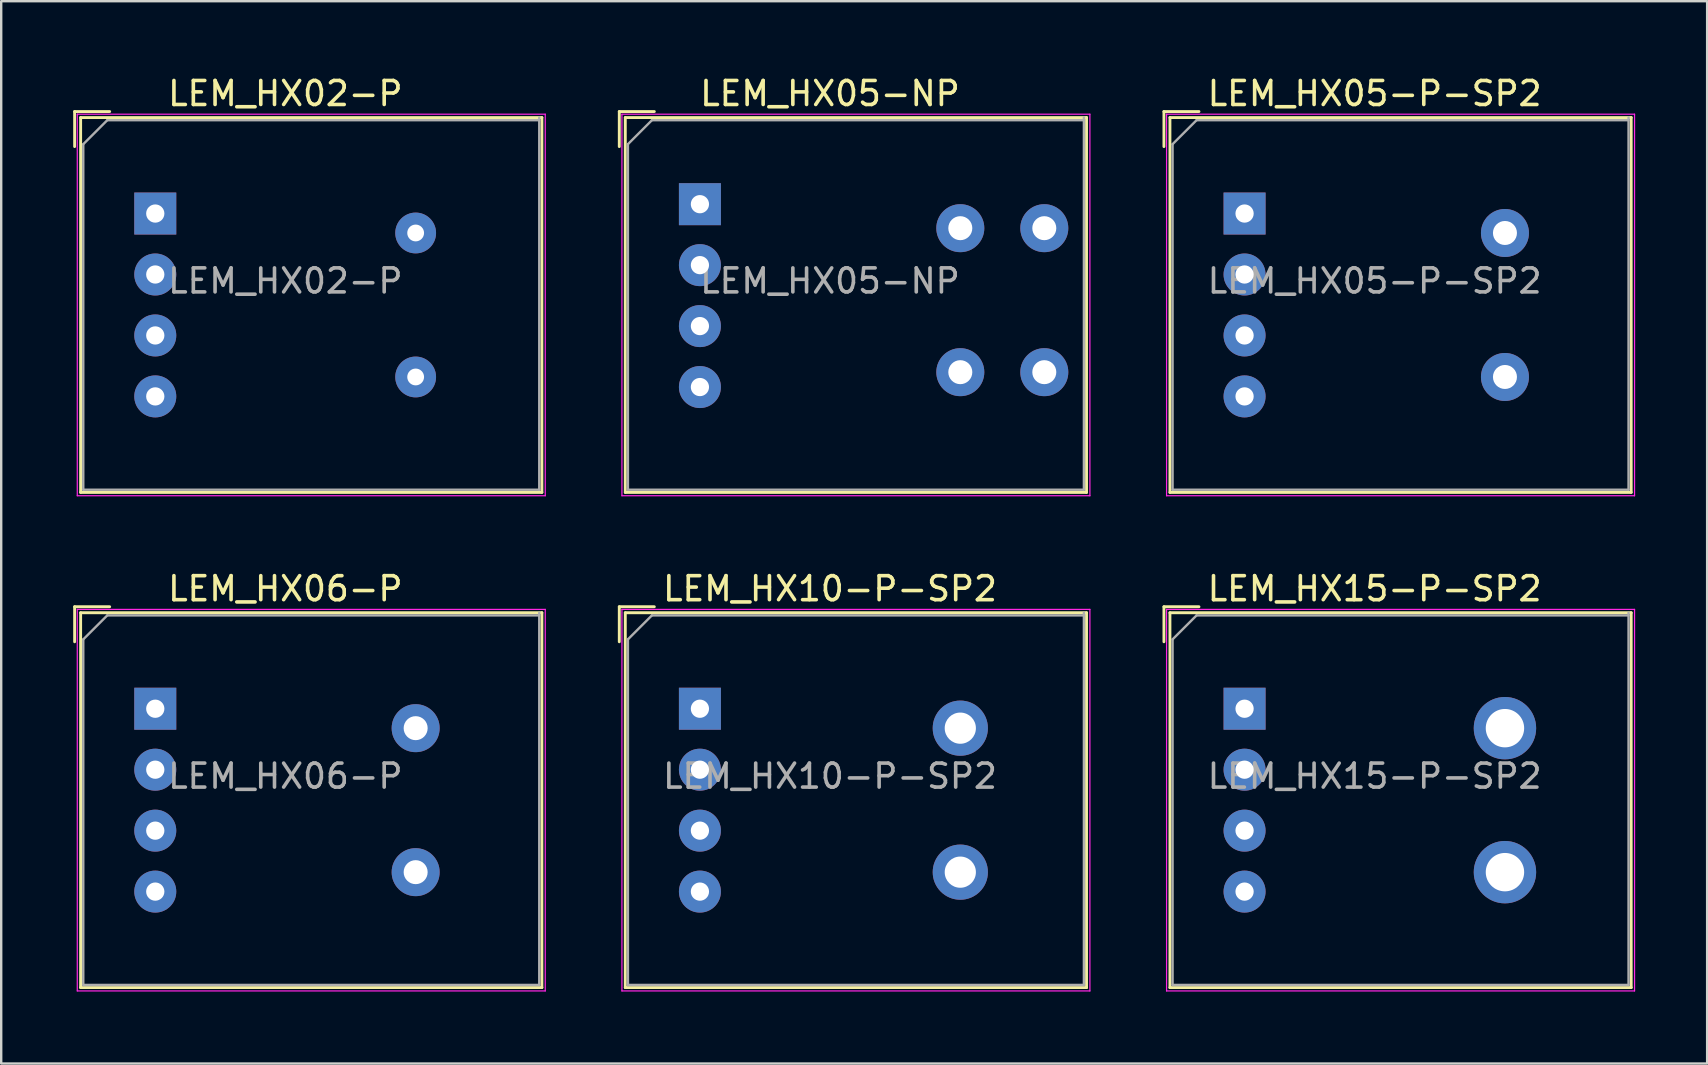
<source format=kicad_pcb>
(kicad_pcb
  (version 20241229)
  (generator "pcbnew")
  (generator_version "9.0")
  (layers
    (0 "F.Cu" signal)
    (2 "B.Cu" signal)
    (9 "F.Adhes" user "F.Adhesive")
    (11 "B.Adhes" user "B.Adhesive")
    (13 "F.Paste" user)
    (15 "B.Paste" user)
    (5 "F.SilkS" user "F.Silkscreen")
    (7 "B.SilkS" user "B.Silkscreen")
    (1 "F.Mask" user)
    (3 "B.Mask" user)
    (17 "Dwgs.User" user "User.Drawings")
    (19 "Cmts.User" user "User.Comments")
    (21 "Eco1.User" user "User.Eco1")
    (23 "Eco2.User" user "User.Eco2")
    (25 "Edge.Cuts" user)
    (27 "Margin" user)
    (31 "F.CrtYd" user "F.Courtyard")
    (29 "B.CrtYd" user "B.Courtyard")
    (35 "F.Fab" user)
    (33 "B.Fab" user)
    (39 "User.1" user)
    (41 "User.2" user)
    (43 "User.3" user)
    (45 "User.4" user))
  (footprint "LEM_HX05-NP"
    (layer "F.Cu")
    (at 26.115 5.458)
    (property "Reference" "LEM_HX05-NP" (at 5.42 -4.61 0) (layer "F.SilkS") (effects (font (size 1 1) (thickness 0.15))))
    (attr through_hole)
    (fp_line (start -3.36 -2.4) (end -3.36 -3.86) (stroke (width 0.12) (type solid)) (layer "F.SilkS"))
    (fp_line (start -3.11 -3.61) (end -3.11 12.01) (stroke (width 0.12) (type solid)) (layer "F.SilkS"))
    (fp_line (start -3.11 12.01) (end 16.11 12.01) (stroke (width 0.12) (type solid)) (layer "F.SilkS"))
    (fp_line (start -1.9 -3.86) (end -3.36 -3.86) (stroke (width 0.12) (type solid)) (layer "F.SilkS"))
    (fp_line (start 16.11 -3.61) (end -3.11 -3.61) (stroke (width 0.12) (type solid)) (layer "F.SilkS"))
    (fp_line (start 16.11 12.01) (end 16.11 -3.61) (stroke (width 0.12) (type solid)) (layer "F.SilkS"))
    (fp_line (start -3.25 -3.75) (end -3.25 12.15) (stroke (width 0.05) (type solid)) (layer "F.CrtYd"))
    (fp_line (start -3.25 12.15) (end 16.25 12.15) (stroke (width 0.05) (type solid)) (layer "F.CrtYd"))
    (fp_line (start 16.25 -3.75) (end -3.25 -3.75) (stroke (width 0.05) (type solid)) (layer "F.CrtYd"))
    (fp_line (start 16.25 12.15) (end 16.25 -3.75) (stroke (width 0.05) (type solid)) (layer "F.CrtYd"))
    (fp_line (start -3 -2.5) (end -3 11.9) (stroke (width 0.1) (type solid)) (layer "F.Fab"))
    (fp_line (start -3 11.9) (end 16 11.9) (stroke (width 0.1) (type solid)) (layer "F.Fab"))
    (fp_line (start -2 -3.5) (end -3 -2.5) (stroke (width 0.1) (type solid)) (layer "F.Fab"))
    (fp_line (start 16 -3.5) (end -2 -3.5) (stroke (width 0.1) (type solid)) (layer "F.Fab"))
    (fp_line (start 16 11.9) (end 16 -3.61) (stroke (width 0.1) (type solid)) (layer "F.Fab"))
    (fp_text user "${REFERENCE}" (at 5.42 3.2 0) (layer "F.Fab") (effects (font (size 1 1) (thickness 0.15))))
    (pad "1" thru_hole rect (at 0 0) (size 1.75 1.75) (drill 0.76) (layers "*.Cu" "*.Mask"))
    (pad "2" thru_hole circle (at 0 2.54) (size 1.75 1.75) (drill 0.76) (layers "*.Cu" "*.Mask"))
    (pad "3" thru_hole circle (at 0 5.08) (size 1.75 1.75) (drill 0.76) (layers "*.Cu" "*.Mask"))
    (pad "4" thru_hole circle (at 0 7.62) (size 1.75 1.75) (drill 0.76) (layers "*.Cu" "*.Mask"))
    (pad "5" thru_hole circle (at 10.85 1) (size 2 2) (drill 1) (layers "*.Cu" "*.Mask"))
    (pad "6" thru_hole circle (at 10.85 7) (size 2 2) (drill 1) (layers "*.Cu" "*.Mask"))
    (pad "7" thru_hole circle (at 14.35 1) (size 2 2) (drill 1) (layers "*.Cu" "*.Mask"))
    (pad "8" thru_hole circle (at 14.35 7) (size 2 2) (drill 1) (layers "*.Cu" "*.Mask")))
  (footprint "LEM_HX06-P"
    (layer "F.Cu")
    (at 3.42 26.482)
    (property "Reference" "LEM_HX06-P" (at 5.42 -5 0) (layer "F.SilkS") (effects (font (size 1 1) (thickness 0.15))))
    (attr through_hole)
    (fp_line (start -3.36 -2.79) (end -3.36 -4.25) (stroke (width 0.12) (type solid)) (layer "F.SilkS"))
    (fp_line (start -3.11 -4) (end -3.11 11.62) (stroke (width 0.12) (type solid)) (layer "F.SilkS"))
    (fp_line (start -3.11 11.62) (end 16.11 11.62) (stroke (width 0.12) (type solid)) (layer "F.SilkS"))
    (fp_line (start -1.9 -4.25) (end -3.36 -4.25) (stroke (width 0.12) (type solid)) (layer "F.SilkS"))
    (fp_line (start 16.11 -4) (end -3.11 -4) (stroke (width 0.12) (type solid)) (layer "F.SilkS"))
    (fp_line (start 16.11 11.62) (end 16.11 -4) (stroke (width 0.12) (type solid)) (layer "F.SilkS"))
    (fp_line (start -3.25 -4.14) (end -3.25 11.76) (stroke (width 0.05) (type solid)) (layer "F.CrtYd"))
    (fp_line (start -3.25 11.76) (end 16.25 11.76) (stroke (width 0.05) (type solid)) (layer "F.CrtYd"))
    (fp_line (start 16.25 -4.14) (end -3.25 -4.14) (stroke (width 0.05) (type solid)) (layer "F.CrtYd"))
    (fp_line (start 16.25 11.76) (end 16.25 -4.14) (stroke (width 0.05) (type solid)) (layer "F.CrtYd"))
    (fp_line (start -3 -2.89) (end -3 11.51) (stroke (width 0.1) (type solid)) (layer "F.Fab"))
    (fp_line (start -3 11.51) (end 16 11.51) (stroke (width 0.1) (type solid)) (layer "F.Fab"))
    (fp_line (start -2 -3.89) (end -3 -2.89) (stroke (width 0.1) (type solid)) (layer "F.Fab"))
    (fp_line (start 16 -3.89) (end -2 -3.89) (stroke (width 0.1) (type solid)) (layer "F.Fab"))
    (fp_line (start 16 11.51) (end 16 -4) (stroke (width 0.1) (type solid)) (layer "F.Fab"))
    (fp_text user "${REFERENCE}" (at 5.42 2.81 0) (layer "F.Fab") (effects (font (size 1 1) (thickness 0.15))))
    (pad "1" thru_hole rect (at 0 0) (size 1.75 1.75) (drill 0.76) (layers "*.Cu" "*.Mask"))
    (pad "2" thru_hole circle (at 0 2.54) (size 1.75 1.75) (drill 0.76) (layers "*.Cu" "*.Mask"))
    (pad "3" thru_hole circle (at 0 5.08) (size 1.75 1.75) (drill 0.76) (layers "*.Cu" "*.Mask"))
    (pad "4" thru_hole circle (at 0 7.62) (size 1.75 1.75) (drill 0.76) (layers "*.Cu" "*.Mask"))
    (pad "5" thru_hole circle (at 10.85 0.81) (size 2 2) (drill 1) (layers "*.Cu" "*.Mask"))
    (pad "6" thru_hole circle (at 10.85 6.81) (size 2 2) (drill 1) (layers "*.Cu" "*.Mask")))
  (footprint "LEM_HX10-P-SP2"
    (layer "F.Cu")
    (at 26.115 26.482)
    (property "Reference" "LEM_HX10-P-SP2" (at 5.42 -5 0) (layer "F.SilkS") (effects (font (size 1 1) (thickness 0.15))))
    (attr through_hole)
    (fp_line (start -3.36 -2.79) (end -3.36 -4.25) (stroke (width 0.12) (type solid)) (layer "F.SilkS"))
    (fp_line (start -3.11 -4) (end -3.11 11.62) (stroke (width 0.12) (type solid)) (layer "F.SilkS"))
    (fp_line (start -3.11 11.62) (end 16.11 11.62) (stroke (width 0.12) (type solid)) (layer "F.SilkS"))
    (fp_line (start -1.9 -4.25) (end -3.36 -4.25) (stroke (width 0.12) (type solid)) (layer "F.SilkS"))
    (fp_line (start 16.11 -4) (end -3.11 -4) (stroke (width 0.12) (type solid)) (layer "F.SilkS"))
    (fp_line (start 16.11 11.62) (end 16.11 -4) (stroke (width 0.12) (type solid)) (layer "F.SilkS"))
    (fp_line (start -3.25 -4.14) (end -3.25 11.76) (stroke (width 0.05) (type solid)) (layer "F.CrtYd"))
    (fp_line (start -3.25 11.76) (end 16.25 11.76) (stroke (width 0.05) (type solid)) (layer "F.CrtYd"))
    (fp_line (start 16.25 -4.14) (end -3.25 -4.14) (stroke (width 0.05) (type solid)) (layer "F.CrtYd"))
    (fp_line (start 16.25 11.76) (end 16.25 -4.14) (stroke (width 0.05) (type solid)) (layer "F.CrtYd"))
    (fp_line (start -3 -2.89) (end -3 11.51) (stroke (width 0.1) (type solid)) (layer "F.Fab"))
    (fp_line (start -3 11.51) (end 16 11.51) (stroke (width 0.1) (type solid)) (layer "F.Fab"))
    (fp_line (start -2 -3.89) (end -3 -2.89) (stroke (width 0.1) (type solid)) (layer "F.Fab"))
    (fp_line (start 16 -3.89) (end -2 -3.89) (stroke (width 0.1) (type solid)) (layer "F.Fab"))
    (fp_line (start 16 11.51) (end 16 -4) (stroke (width 0.1) (type solid)) (layer "F.Fab"))
    (fp_text user "${REFERENCE}" (at 5.42 2.81 0) (layer "F.Fab") (effects (font (size 1 1) (thickness 0.15))))
    (pad "1" thru_hole rect (at 0 0) (size 1.75 1.75) (drill 0.76) (layers "*.Cu" "*.Mask"))
    (pad "2" thru_hole circle (at 0 2.54) (size 1.75 1.75) (drill 0.76) (layers "*.Cu" "*.Mask"))
    (pad "3" thru_hole circle (at 0 5.08) (size 1.75 1.75) (drill 0.76) (layers "*.Cu" "*.Mask"))
    (pad "4" thru_hole circle (at 0 7.62) (size 1.75 1.75) (drill 0.76) (layers "*.Cu" "*.Mask"))
    (pad "5" thru_hole circle (at 10.85 0.81) (size 2.3 2.3) (drill 1.3) (layers "*.Cu" "*.Mask"))
    (pad "6" thru_hole circle (at 10.85 6.81) (size 2.3 2.3) (drill 1.3) (layers "*.Cu" "*.Mask")))
  (footprint "LEM_HX02-P"
    (layer "F.Cu")
    (at 3.42 5.848)
    (property "Reference" "LEM_HX02-P" (at 5.42 -5 0) (layer "F.SilkS") (effects (font (size 1 1) (thickness 0.15))))
    (attr through_hole)
    (fp_line (start -3.36 -2.79) (end -3.36 -4.25) (stroke (width 0.12) (type solid)) (layer "F.SilkS"))
    (fp_line (start -3.11 -4) (end -3.11 11.62) (stroke (width 0.12) (type solid)) (layer "F.SilkS"))
    (fp_line (start -3.11 11.62) (end 16.11 11.62) (stroke (width 0.12) (type solid)) (layer "F.SilkS"))
    (fp_line (start -1.9 -4.25) (end -3.36 -4.25) (stroke (width 0.12) (type solid)) (layer "F.SilkS"))
    (fp_line (start 16.11 -4) (end -3.11 -4) (stroke (width 0.12) (type solid)) (layer "F.SilkS"))
    (fp_line (start 16.11 11.62) (end 16.11 -4) (stroke (width 0.12) (type solid)) (layer "F.SilkS"))
    (fp_line (start -3.25 -4.14) (end -3.25 11.76) (stroke (width 0.05) (type solid)) (layer "F.CrtYd"))
    (fp_line (start -3.25 11.76) (end 16.25 11.76) (stroke (width 0.05) (type solid)) (layer "F.CrtYd"))
    (fp_line (start 16.25 -4.14) (end -3.25 -4.14) (stroke (width 0.05) (type solid)) (layer "F.CrtYd"))
    (fp_line (start 16.25 11.76) (end 16.25 -4.14) (stroke (width 0.05) (type solid)) (layer "F.CrtYd"))
    (fp_line (start -3 -2.89) (end -3 11.51) (stroke (width 0.1) (type solid)) (layer "F.Fab"))
    (fp_line (start -3 11.51) (end 16 11.51) (stroke (width 0.1) (type solid)) (layer "F.Fab"))
    (fp_line (start -2 -3.89) (end -3 -2.89) (stroke (width 0.1) (type solid)) (layer "F.Fab"))
    (fp_line (start 16 -3.89) (end -2 -3.89) (stroke (width 0.1) (type solid)) (layer "F.Fab"))
    (fp_line (start 16 11.51) (end 16 -4) (stroke (width 0.1) (type solid)) (layer "F.Fab"))
    (fp_text user "${REFERENCE}" (at 5.42 2.81 0) (layer "F.Fab") (effects (font (size 1 1) (thickness 0.15))))
    (pad "1" thru_hole rect (at 0 0) (size 1.75 1.75) (drill 0.76) (layers "*.Cu" "*.Mask"))
    (pad "2" thru_hole circle (at 0 2.54) (size 1.75 1.75) (drill 0.76) (layers "*.Cu" "*.Mask"))
    (pad "3" thru_hole circle (at 0 5.08) (size 1.75 1.75) (drill 0.76) (layers "*.Cu" "*.Mask"))
    (pad "4" thru_hole circle (at 0 7.62) (size 1.75 1.75) (drill 0.76) (layers "*.Cu" "*.Mask"))
    (pad "5" thru_hole circle (at 10.85 0.81) (size 1.7 1.7) (drill 0.7) (layers "*.Cu" "*.Mask"))
    (pad "6" thru_hole circle (at 10.85 6.81) (size 1.7 1.7) (drill 0.7) (layers "*.Cu" "*.Mask")))
  (footprint "LEM_HX05-P-SP2"
    (layer "F.Cu")
    (at 48.81 5.848)
    (property "Reference" "LEM_HX05-P-SP2" (at 5.42 -5 0) (layer "F.SilkS") (effects (font (size 1 1) (thickness 0.15))))
    (attr through_hole)
    (fp_line (start -3.36 -2.79) (end -3.36 -4.25) (stroke (width 0.12) (type solid)) (layer "F.SilkS"))
    (fp_line (start -3.11 -4) (end -3.11 11.62) (stroke (width 0.12) (type solid)) (layer "F.SilkS"))
    (fp_line (start -3.11 11.62) (end 16.11 11.62) (stroke (width 0.12) (type solid)) (layer "F.SilkS"))
    (fp_line (start -1.9 -4.25) (end -3.36 -4.25) (stroke (width 0.12) (type solid)) (layer "F.SilkS"))
    (fp_line (start 16.11 -4) (end -3.11 -4) (stroke (width 0.12) (type solid)) (layer "F.SilkS"))
    (fp_line (start 16.11 11.62) (end 16.11 -4) (stroke (width 0.12) (type solid)) (layer "F.SilkS"))
    (fp_line (start -3.25 -4.14) (end -3.25 11.76) (stroke (width 0.05) (type solid)) (layer "F.CrtYd"))
    (fp_line (start -3.25 11.76) (end 16.25 11.76) (stroke (width 0.05) (type solid)) (layer "F.CrtYd"))
    (fp_line (start 16.25 -4.14) (end -3.25 -4.14) (stroke (width 0.05) (type solid)) (layer "F.CrtYd"))
    (fp_line (start 16.25 11.76) (end 16.25 -4.14) (stroke (width 0.05) (type solid)) (layer "F.CrtYd"))
    (fp_line (start -3 -2.89) (end -3 11.51) (stroke (width 0.1) (type solid)) (layer "F.Fab"))
    (fp_line (start -3 11.51) (end 16 11.51) (stroke (width 0.1) (type solid)) (layer "F.Fab"))
    (fp_line (start -2 -3.89) (end -3 -2.89) (stroke (width 0.1) (type solid)) (layer "F.Fab"))
    (fp_line (start 16 -3.89) (end -2 -3.89) (stroke (width 0.1) (type solid)) (layer "F.Fab"))
    (fp_line (start 16 11.51) (end 16 -4) (stroke (width 0.1) (type solid)) (layer "F.Fab"))
    (fp_text user "${REFERENCE}" (at 5.42 2.81 0) (layer "F.Fab") (effects (font (size 1 1) (thickness 0.15))))
    (pad "1" thru_hole rect (at 0 0) (size 1.75 1.75) (drill 0.76) (layers "*.Cu" "*.Mask"))
    (pad "2" thru_hole circle (at 0 2.54) (size 1.75 1.75) (drill 0.76) (layers "*.Cu" "*.Mask"))
    (pad "3" thru_hole circle (at 0 5.08) (size 1.75 1.75) (drill 0.76) (layers "*.Cu" "*.Mask"))
    (pad "4" thru_hole circle (at 0 7.62) (size 1.75 1.75) (drill 0.76) (layers "*.Cu" "*.Mask"))
    (pad "5" thru_hole circle (at 10.85 0.81) (size 2 2) (drill 1) (layers "*.Cu" "*.Mask"))
    (pad "6" thru_hole circle (at 10.85 6.81) (size 2 2) (drill 1) (layers "*.Cu" "*.Mask")))
  (footprint "LEM_HX15-P-SP2"
    (layer "F.Cu")
    (at 48.81 26.482)
    (property "Reference" "LEM_HX15-P-SP2" (at 5.42 -5 0) (layer "F.SilkS") (effects (font (size 1 1) (thickness 0.15))))
    (attr through_hole)
    (fp_line (start -3.36 -2.79) (end -3.36 -4.25) (stroke (width 0.12) (type solid)) (layer "F.SilkS"))
    (fp_line (start -3.11 -4) (end -3.11 11.62) (stroke (width 0.12) (type solid)) (layer "F.SilkS"))
    (fp_line (start -3.11 11.62) (end 16.11 11.62) (stroke (width 0.12) (type solid)) (layer "F.SilkS"))
    (fp_line (start -1.9 -4.25) (end -3.36 -4.25) (stroke (width 0.12) (type solid)) (layer "F.SilkS"))
    (fp_line (start 16.11 -4) (end -3.11 -4) (stroke (width 0.12) (type solid)) (layer "F.SilkS"))
    (fp_line (start 16.11 11.62) (end 16.11 -4) (stroke (width 0.12) (type solid)) (layer "F.SilkS"))
    (fp_line (start -3.25 -4.14) (end -3.25 11.76) (stroke (width 0.05) (type solid)) (layer "F.CrtYd"))
    (fp_line (start -3.25 11.76) (end 16.25 11.76) (stroke (width 0.05) (type solid)) (layer "F.CrtYd"))
    (fp_line (start 16.25 -4.14) (end -3.25 -4.14) (stroke (width 0.05) (type solid)) (layer "F.CrtYd"))
    (fp_line (start 16.25 11.76) (end 16.25 -4.14) (stroke (width 0.05) (type solid)) (layer "F.CrtYd"))
    (fp_line (start -3 -2.89) (end -3 11.51) (stroke (width 0.1) (type solid)) (layer "F.Fab"))
    (fp_line (start -3 11.51) (end 16 11.51) (stroke (width 0.1) (type solid)) (layer "F.Fab"))
    (fp_line (start -2 -3.89) (end -3 -2.89) (stroke (width 0.1) (type solid)) (layer "F.Fab"))
    (fp_line (start 16 -3.89) (end -2 -3.89) (stroke (width 0.1) (type solid)) (layer "F.Fab"))
    (fp_line (start 16 11.51) (end 16 -4) (stroke (width 0.1) (type solid)) (layer "F.Fab"))
    (fp_text user "${REFERENCE}" (at 5.42 2.81 0) (layer "F.Fab") (effects (font (size 1 1) (thickness 0.15))))
    (pad "1" thru_hole rect (at 0 0) (size 1.75 1.75) (drill 0.76) (layers "*.Cu" "*.Mask"))
    (pad "2" thru_hole circle (at 0 2.54) (size 1.75 1.75) (drill 0.76) (layers "*.Cu" "*.Mask"))
    (pad "3" thru_hole circle (at 0 5.08) (size 1.75 1.75) (drill 0.76) (layers "*.Cu" "*.Mask"))
    (pad "4" thru_hole circle (at 0 7.62) (size 1.75 1.75) (drill 0.76) (layers "*.Cu" "*.Mask"))
    (pad "5" thru_hole circle (at 10.85 0.81) (size 2.6 2.6) (drill 1.6) (layers "*.Cu" "*.Mask"))
    (pad "6" thru_hole circle (at 10.85 6.81) (size 2.6 2.6) (drill 1.6) (layers "*.Cu" "*.Mask")))
  (gr_rect
    (start -3 -3)
    (end 68.085 41.267)
    (stroke (width 0.1) (type default))
    (fill no)
    (layer "Edge.Cuts")))
</source>
